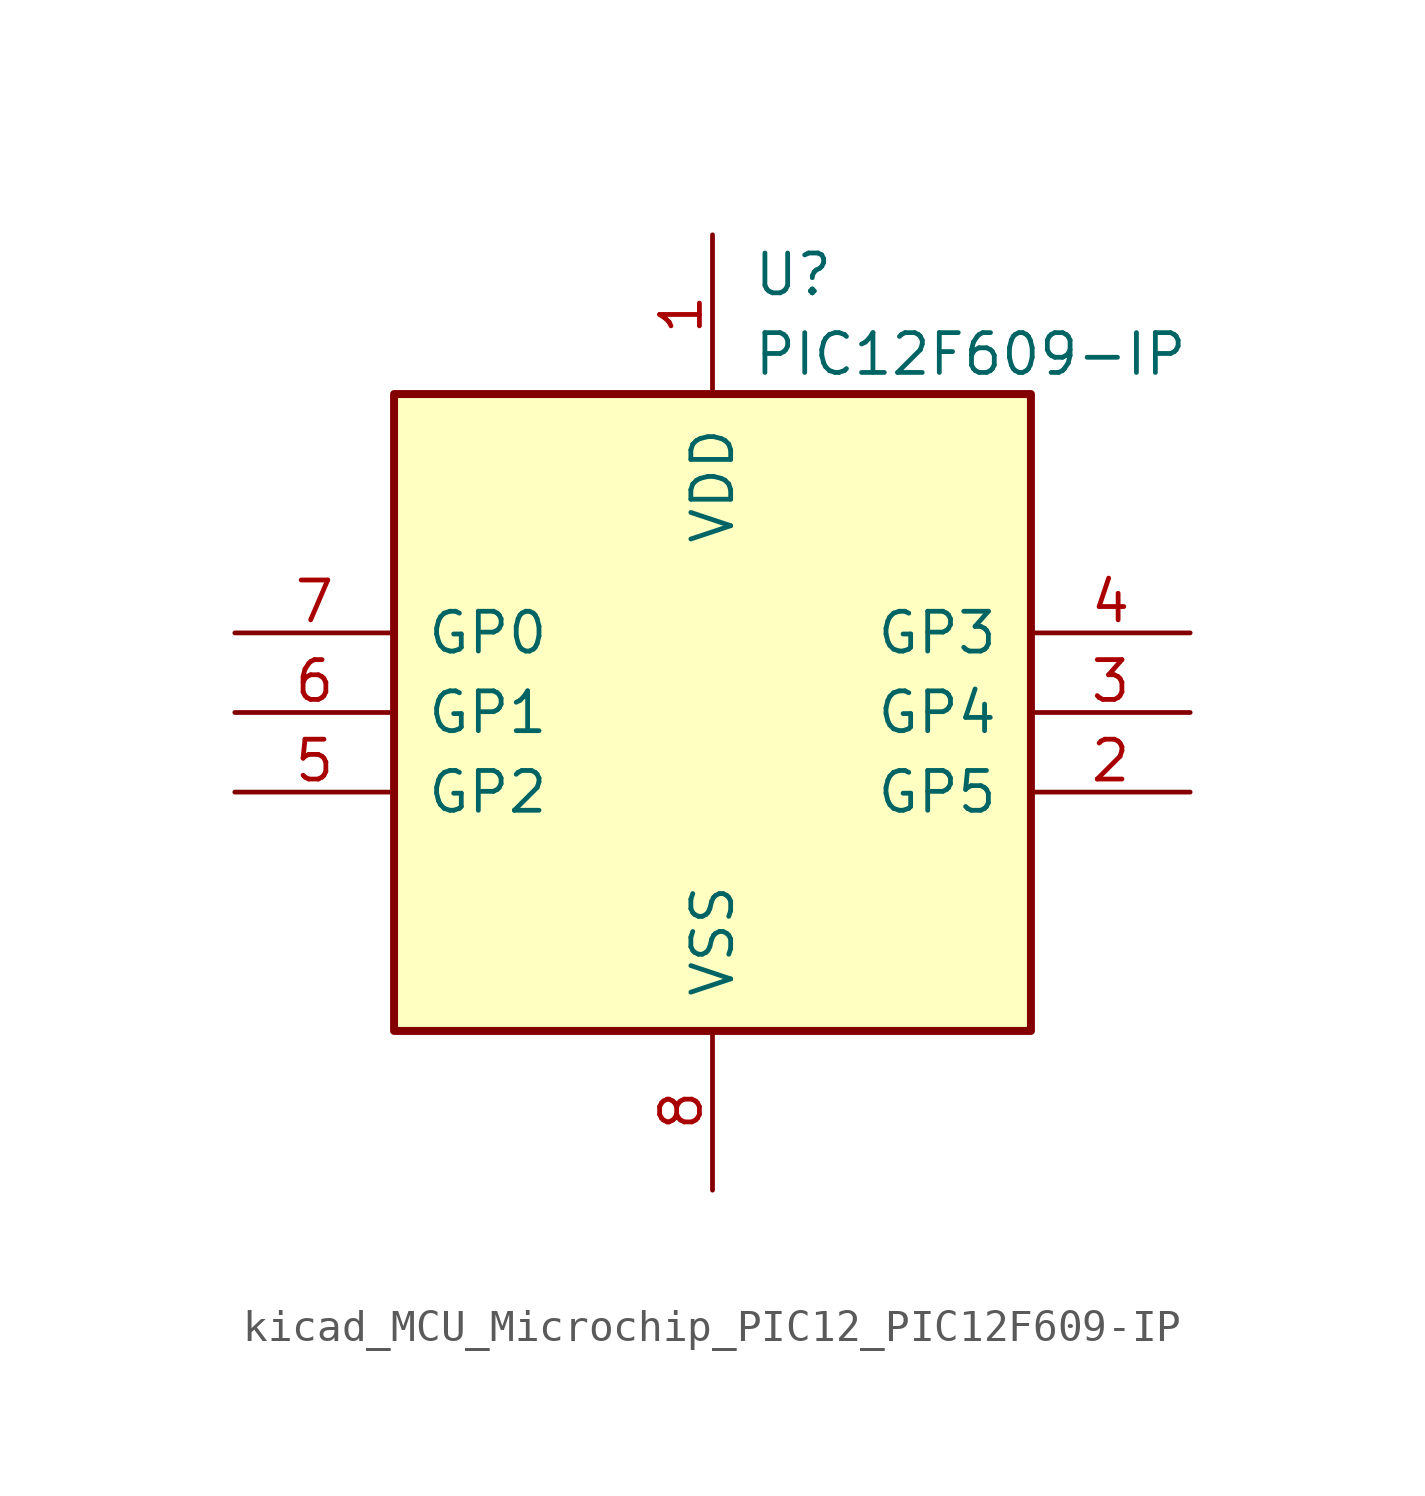
<source format=kicad_sym>
(kicad_symbol_lib
  (version 20220914)
  (generator kicad_symbol_editor)
  (symbol "kicad_MCU_Microchip_PIC12_PIC12F609-IP"
    (pin_names
      (offset 1.016))
    (property "Reference" "U"
      (at 1.27 13.97 0)
      (effects (font (size 1.27 1.27)) (justify left)))
    (property "Value" "PIC12F609-IP"
      (at 1.27 11.43 0)
      (effects (font (size 1.27 1.27)) (justify left)))
    (symbol "kicad_MCU_Microchip_PIC12_PIC12F609-IP_0_1"
      (rectangle (start 10.16 -10.16) (end -10.16 10.16) (stroke (width 0.254) (type default)) (fill (type background))))
    (symbol "kicad_MCU_Microchip_PIC12_PIC12F609-IP_1_1"
      (pin power_in line (at 0 15.24 270) (length 5.08) (name "VDD" (effects (font (size 1.27 1.27)))) (number "1" (effects (font (size 1.27 1.27)))))
      (pin bidirectional line (at 15.24 -2.54 180) (length 5.08) (name "GP5" (effects (font (size 1.27 1.27)))) (number "2" (effects (font (size 1.27 1.27)))))
      (pin bidirectional line (at 15.24 0 180) (length 5.08) (name "GP4" (effects (font (size 1.27 1.27)))) (number "3" (effects (font (size 1.27 1.27)))))
      (pin input line (at 15.24 2.54 180) (length 5.08) (name "GP3" (effects (font (size 1.27 1.27)))) (number "4" (effects (font (size 1.27 1.27)))))
      (pin bidirectional line (at -15.24 -2.54 0) (length 5.08) (name "GP2" (effects (font (size 1.27 1.27)))) (number "5" (effects (font (size 1.27 1.27)))))
      (pin bidirectional line (at -15.24 0 0) (length 5.08) (name "GP1" (effects (font (size 1.27 1.27)))) (number "6" (effects (font (size 1.27 1.27)))))
      (pin bidirectional line (at -15.24 2.54 0) (length 5.08) (name "GP0" (effects (font (size 1.27 1.27)))) (number "7" (effects (font (size 1.27 1.27)))))
      (pin power_in line (at 0 -15.24 90) (length 5.08) (name "VSS" (effects (font (size 1.27 1.27)))) (number "8" (effects (font (size 1.27 1.27))))))))
</source>
